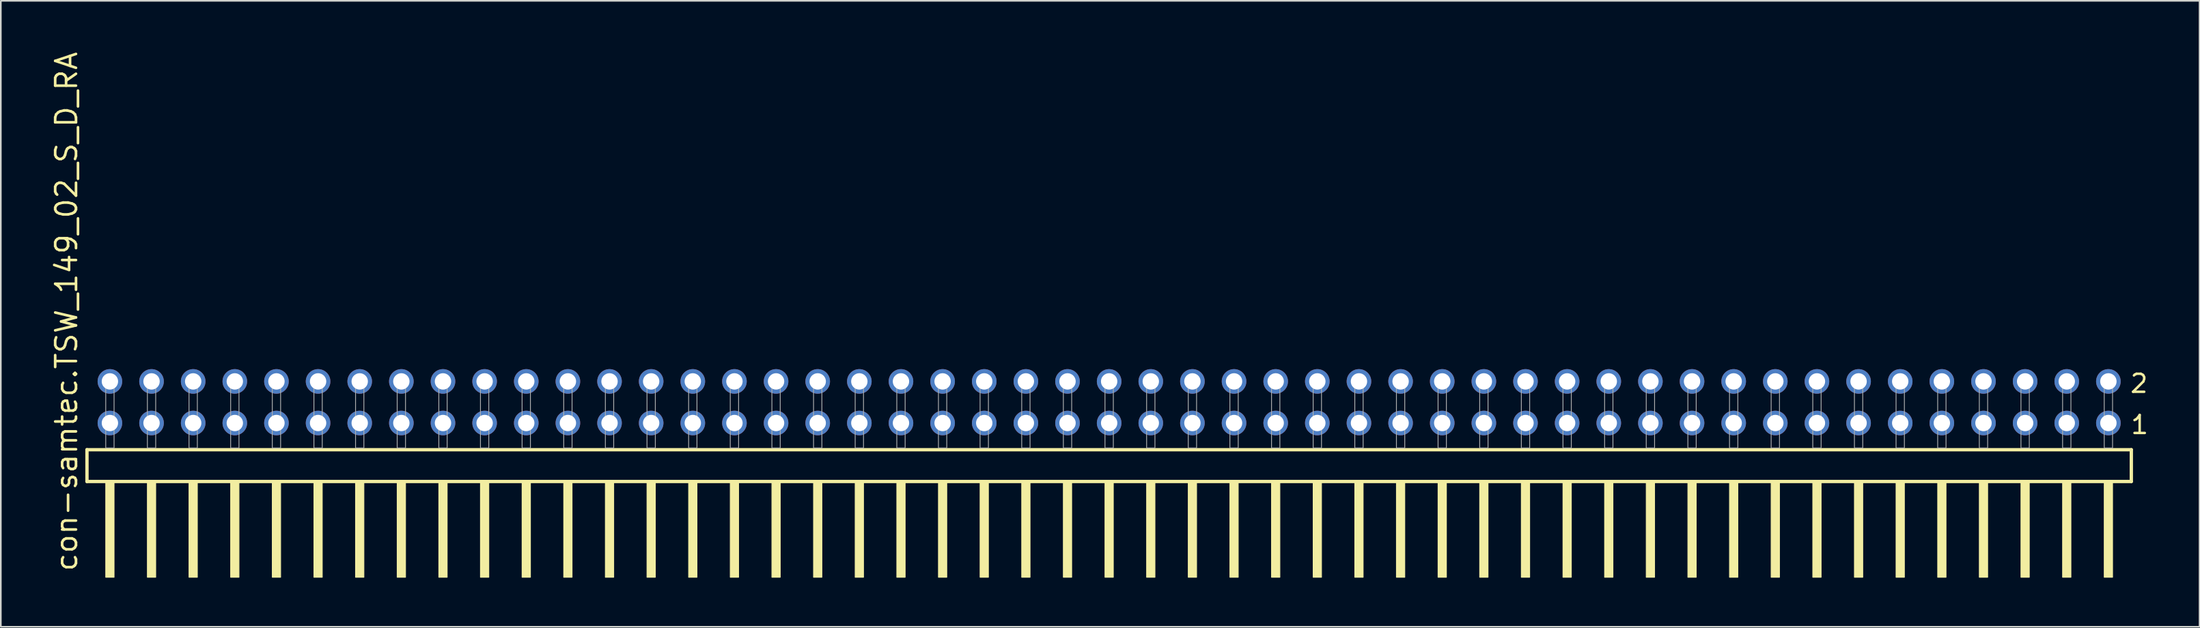
<source format=kicad_pcb>
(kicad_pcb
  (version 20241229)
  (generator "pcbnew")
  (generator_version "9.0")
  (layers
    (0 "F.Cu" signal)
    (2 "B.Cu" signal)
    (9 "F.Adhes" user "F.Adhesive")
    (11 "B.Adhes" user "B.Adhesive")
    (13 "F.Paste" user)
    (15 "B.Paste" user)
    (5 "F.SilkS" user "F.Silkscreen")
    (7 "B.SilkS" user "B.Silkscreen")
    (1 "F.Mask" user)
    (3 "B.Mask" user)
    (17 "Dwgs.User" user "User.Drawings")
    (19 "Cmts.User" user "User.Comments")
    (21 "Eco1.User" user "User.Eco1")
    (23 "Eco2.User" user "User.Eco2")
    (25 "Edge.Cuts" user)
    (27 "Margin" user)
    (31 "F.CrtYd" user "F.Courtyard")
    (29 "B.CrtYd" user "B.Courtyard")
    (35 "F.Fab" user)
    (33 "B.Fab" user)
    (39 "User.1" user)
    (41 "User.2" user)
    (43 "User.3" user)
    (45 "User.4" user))
  (footprint "con-samtec.TSW_149_02_S_D_RA"
    (layer "F.Cu")
    (at 64.615 24.296)
    (property "Reference" "con-samtec.TSW_149_02_S_D_RA" (at -62.865 7.62 90) (layer "F.SilkS") (effects (font (size 1.27 1.27) (thickness 0.16)) (justify left bottom)))
    (attr through_hole)
    (fp_line (start -62.359 0.106) (end -62.359 2.046) (stroke (width 0.203) (type default)) (layer "F.SilkS"))
    (fp_line (start -62.359 2.046) (end 62.359 2.046) (stroke (width 0.203) (type default)) (layer "F.SilkS"))
    (fp_line (start 62.359 0.106) (end -62.359 0.106) (stroke (width 0.203) (type default)) (layer "F.SilkS"))
    (fp_line (start 62.359 2.046) (end 62.359 0.106) (stroke (width 0.203) (type default)) (layer "F.SilkS"))
    (fp_rect (start -61.214 7.89) (end -60.706 2.04) (stroke (width 0.05) (type default)) (fill yes) (layer "F.SilkS"))
    (fp_rect (start -58.674 7.89) (end -58.166 2.04) (stroke (width 0.05) (type default)) (fill yes) (layer "F.SilkS"))
    (fp_rect (start -56.134 7.89) (end -55.626 2.04) (stroke (width 0.05) (type default)) (fill yes) (layer "F.SilkS"))
    (fp_rect (start -53.594 7.89) (end -53.086 2.04) (stroke (width 0.05) (type default)) (fill yes) (layer "F.SilkS"))
    (fp_rect (start -51.054 7.89) (end -50.546 2.04) (stroke (width 0.05) (type default)) (fill yes) (layer "F.SilkS"))
    (fp_rect (start -48.514 7.89) (end -48.006 2.04) (stroke (width 0.05) (type default)) (fill yes) (layer "F.SilkS"))
    (fp_rect (start -45.974 7.89) (end -45.466 2.04) (stroke (width 0.05) (type default)) (fill yes) (layer "F.SilkS"))
    (fp_rect (start -43.434 7.89) (end -42.926 2.04) (stroke (width 0.05) (type default)) (fill yes) (layer "F.SilkS"))
    (fp_rect (start -40.894 7.89) (end -40.386 2.04) (stroke (width 0.05) (type default)) (fill yes) (layer "F.SilkS"))
    (fp_rect (start -38.354 7.89) (end -37.846 2.04) (stroke (width 0.05) (type default)) (fill yes) (layer "F.SilkS"))
    (fp_rect (start -35.814 7.89) (end -35.306 2.04) (stroke (width 0.05) (type default)) (fill yes) (layer "F.SilkS"))
    (fp_rect (start -33.274 7.89) (end -32.766 2.04) (stroke (width 0.05) (type default)) (fill yes) (layer "F.SilkS"))
    (fp_rect (start -30.734 7.89) (end -30.226 2.04) (stroke (width 0.05) (type default)) (fill yes) (layer "F.SilkS"))
    (fp_rect (start -28.194 7.89) (end -27.686 2.04) (stroke (width 0.05) (type default)) (fill yes) (layer "F.SilkS"))
    (fp_rect (start -25.654 7.89) (end -25.146 2.04) (stroke (width 0.05) (type default)) (fill yes) (layer "F.SilkS"))
    (fp_rect (start -23.114 7.89) (end -22.606 2.04) (stroke (width 0.05) (type default)) (fill yes) (layer "F.SilkS"))
    (fp_rect (start -20.574 7.89) (end -20.066 2.04) (stroke (width 0.05) (type default)) (fill yes) (layer "F.SilkS"))
    (fp_rect (start -18.034 7.89) (end -17.526 2.04) (stroke (width 0.05) (type default)) (fill yes) (layer "F.SilkS"))
    (fp_rect (start -15.494 7.89) (end -14.986 2.04) (stroke (width 0.05) (type default)) (fill yes) (layer "F.SilkS"))
    (fp_rect (start -12.954 7.89) (end -12.446 2.04) (stroke (width 0.05) (type default)) (fill yes) (layer "F.SilkS"))
    (fp_rect (start -10.414 7.89) (end -9.906 2.04) (stroke (width 0.05) (type default)) (fill yes) (layer "F.SilkS"))
    (fp_rect (start -7.874 7.89) (end -7.366 2.04) (stroke (width 0.05) (type default)) (fill yes) (layer "F.SilkS"))
    (fp_rect (start -5.334 7.89) (end -4.826 2.04) (stroke (width 0.05) (type default)) (fill yes) (layer "F.SilkS"))
    (fp_rect (start -2.794 7.89) (end -2.286 2.04) (stroke (width 0.05) (type default)) (fill yes) (layer "F.SilkS"))
    (fp_rect (start -0.254 7.89) (end 0.254 2.04) (stroke (width 0.05) (type default)) (fill yes) (layer "F.SilkS"))
    (fp_rect (start 2.286 7.89) (end 2.794 2.04) (stroke (width 0.05) (type default)) (fill yes) (layer "F.SilkS"))
    (fp_rect (start 4.826 7.89) (end 5.334 2.04) (stroke (width 0.05) (type default)) (fill yes) (layer "F.SilkS"))
    (fp_rect (start 7.366 7.89) (end 7.874 2.04) (stroke (width 0.05) (type default)) (fill yes) (layer "F.SilkS"))
    (fp_rect (start 9.906 7.89) (end 10.414 2.04) (stroke (width 0.05) (type default)) (fill yes) (layer "F.SilkS"))
    (fp_rect (start 12.446 7.89) (end 12.954 2.04) (stroke (width 0.05) (type default)) (fill yes) (layer "F.SilkS"))
    (fp_rect (start 14.986 7.89) (end 15.494 2.04) (stroke (width 0.05) (type default)) (fill yes) (layer "F.SilkS"))
    (fp_rect (start 17.526 7.89) (end 18.034 2.04) (stroke (width 0.05) (type default)) (fill yes) (layer "F.SilkS"))
    (fp_rect (start 20.066 7.89) (end 20.574 2.04) (stroke (width 0.05) (type default)) (fill yes) (layer "F.SilkS"))
    (fp_rect (start 22.606 7.89) (end 23.114 2.04) (stroke (width 0.05) (type default)) (fill yes) (layer "F.SilkS"))
    (fp_rect (start 25.146 7.89) (end 25.654 2.04) (stroke (width 0.05) (type default)) (fill yes) (layer "F.SilkS"))
    (fp_rect (start 27.686 7.89) (end 28.194 2.04) (stroke (width 0.05) (type default)) (fill yes) (layer "F.SilkS"))
    (fp_rect (start 30.226 7.89) (end 30.734 2.04) (stroke (width 0.05) (type default)) (fill yes) (layer "F.SilkS"))
    (fp_rect (start 32.766 7.89) (end 33.274 2.04) (stroke (width 0.05) (type default)) (fill yes) (layer "F.SilkS"))
    (fp_rect (start 35.306 7.89) (end 35.814 2.04) (stroke (width 0.05) (type default)) (fill yes) (layer "F.SilkS"))
    (fp_rect (start 37.846 7.89) (end 38.354 2.04) (stroke (width 0.05) (type default)) (fill yes) (layer "F.SilkS"))
    (fp_rect (start 40.386 7.89) (end 40.894 2.04) (stroke (width 0.05) (type default)) (fill yes) (layer "F.SilkS"))
    (fp_rect (start 42.926 7.89) (end 43.434 2.04) (stroke (width 0.05) (type default)) (fill yes) (layer "F.SilkS"))
    (fp_rect (start 45.466 7.89) (end 45.974 2.04) (stroke (width 0.05) (type default)) (fill yes) (layer "F.SilkS"))
    (fp_rect (start 48.006 7.89) (end 48.514 2.04) (stroke (width 0.05) (type default)) (fill yes) (layer "F.SilkS"))
    (fp_rect (start 50.546 7.89) (end 51.054 2.04) (stroke (width 0.05) (type default)) (fill yes) (layer "F.SilkS"))
    (fp_rect (start 53.086 7.89) (end 53.594 2.04) (stroke (width 0.05) (type default)) (fill yes) (layer "F.SilkS"))
    (fp_rect (start 55.626 7.89) (end 56.134 2.04) (stroke (width 0.05) (type default)) (fill yes) (layer "F.SilkS"))
    (fp_rect (start 58.166 7.89) (end 58.674 2.04) (stroke (width 0.05) (type default)) (fill yes) (layer "F.SilkS"))
    (fp_rect (start 60.706 7.89) (end 61.214 2.04) (stroke (width 0.05) (type default)) (fill yes) (layer "F.SilkS"))
    (fp_rect (start -61.214 0) (end -60.706 -4.318) (stroke (width 0.05) (type default)) (fill no) (layer "F.Fab"))
    (fp_rect (start -58.674 0) (end -58.166 -4.318) (stroke (width 0.05) (type default)) (fill no) (layer "F.Fab"))
    (fp_rect (start -56.134 0) (end -55.626 -4.318) (stroke (width 0.05) (type default)) (fill no) (layer "F.Fab"))
    (fp_rect (start -53.594 0) (end -53.086 -4.318) (stroke (width 0.05) (type default)) (fill no) (layer "F.Fab"))
    (fp_rect (start -51.054 0) (end -50.546 -4.318) (stroke (width 0.05) (type default)) (fill no) (layer "F.Fab"))
    (fp_rect (start -48.514 0) (end -48.006 -4.318) (stroke (width 0.05) (type default)) (fill no) (layer "F.Fab"))
    (fp_rect (start -45.974 0) (end -45.466 -4.318) (stroke (width 0.05) (type default)) (fill no) (layer "F.Fab"))
    (fp_rect (start -43.434 0) (end -42.926 -4.318) (stroke (width 0.05) (type default)) (fill no) (layer "F.Fab"))
    (fp_rect (start -40.894 0) (end -40.386 -4.318) (stroke (width 0.05) (type default)) (fill no) (layer "F.Fab"))
    (fp_rect (start -38.354 0) (end -37.846 -4.318) (stroke (width 0.05) (type default)) (fill no) (layer "F.Fab"))
    (fp_rect (start -35.814 0) (end -35.306 -4.318) (stroke (width 0.05) (type default)) (fill no) (layer "F.Fab"))
    (fp_rect (start -33.274 0) (end -32.766 -4.318) (stroke (width 0.05) (type default)) (fill no) (layer "F.Fab"))
    (fp_rect (start -30.734 0) (end -30.226 -4.318) (stroke (width 0.05) (type default)) (fill no) (layer "F.Fab"))
    (fp_rect (start -28.194 0) (end -27.686 -4.318) (stroke (width 0.05) (type default)) (fill no) (layer "F.Fab"))
    (fp_rect (start -25.654 0) (end -25.146 -4.318) (stroke (width 0.05) (type default)) (fill no) (layer "F.Fab"))
    (fp_rect (start -23.114 0) (end -22.606 -4.318) (stroke (width 0.05) (type default)) (fill no) (layer "F.Fab"))
    (fp_rect (start -20.574 0) (end -20.066 -4.318) (stroke (width 0.05) (type default)) (fill no) (layer "F.Fab"))
    (fp_rect (start -18.034 0) (end -17.526 -4.318) (stroke (width 0.05) (type default)) (fill no) (layer "F.Fab"))
    (fp_rect (start -15.494 0) (end -14.986 -4.318) (stroke (width 0.05) (type default)) (fill no) (layer "F.Fab"))
    (fp_rect (start -12.954 0) (end -12.446 -4.318) (stroke (width 0.05) (type default)) (fill no) (layer "F.Fab"))
    (fp_rect (start -10.414 0) (end -9.906 -4.318) (stroke (width 0.05) (type default)) (fill no) (layer "F.Fab"))
    (fp_rect (start -7.874 0) (end -7.366 -4.318) (stroke (width 0.05) (type default)) (fill no) (layer "F.Fab"))
    (fp_rect (start -5.334 0) (end -4.826 -4.318) (stroke (width 0.05) (type default)) (fill no) (layer "F.Fab"))
    (fp_rect (start -2.794 0) (end -2.286 -4.318) (stroke (width 0.05) (type default)) (fill no) (layer "F.Fab"))
    (fp_rect (start -0.254 0) (end 0.254 -4.318) (stroke (width 0.05) (type default)) (fill no) (layer "F.Fab"))
    (fp_rect (start 2.286 0) (end 2.794 -4.318) (stroke (width 0.05) (type default)) (fill no) (layer "F.Fab"))
    (fp_rect (start 4.826 0) (end 5.334 -4.318) (stroke (width 0.05) (type default)) (fill no) (layer "F.Fab"))
    (fp_rect (start 7.366 0) (end 7.874 -4.318) (stroke (width 0.05) (type default)) (fill no) (layer "F.Fab"))
    (fp_rect (start 9.906 0) (end 10.414 -4.318) (stroke (width 0.05) (type default)) (fill no) (layer "F.Fab"))
    (fp_rect (start 12.446 0) (end 12.954 -4.318) (stroke (width 0.05) (type default)) (fill no) (layer "F.Fab"))
    (fp_rect (start 14.986 0) (end 15.494 -4.318) (stroke (width 0.05) (type default)) (fill no) (layer "F.Fab"))
    (fp_rect (start 17.526 0) (end 18.034 -4.318) (stroke (width 0.05) (type default)) (fill no) (layer "F.Fab"))
    (fp_rect (start 20.066 0) (end 20.574 -4.318) (stroke (width 0.05) (type default)) (fill no) (layer "F.Fab"))
    (fp_rect (start 22.606 0) (end 23.114 -4.318) (stroke (width 0.05) (type default)) (fill no) (layer "F.Fab"))
    (fp_rect (start 25.146 0) (end 25.654 -4.318) (stroke (width 0.05) (type default)) (fill no) (layer "F.Fab"))
    (fp_rect (start 27.686 0) (end 28.194 -4.318) (stroke (width 0.05) (type default)) (fill no) (layer "F.Fab"))
    (fp_rect (start 30.226 0) (end 30.734 -4.318) (stroke (width 0.05) (type default)) (fill no) (layer "F.Fab"))
    (fp_rect (start 32.766 0) (end 33.274 -4.318) (stroke (width 0.05) (type default)) (fill no) (layer "F.Fab"))
    (fp_rect (start 35.306 0) (end 35.814 -4.318) (stroke (width 0.05) (type default)) (fill no) (layer "F.Fab"))
    (fp_rect (start 37.846 0) (end 38.354 -4.318) (stroke (width 0.05) (type default)) (fill no) (layer "F.Fab"))
    (fp_rect (start 40.386 0) (end 40.894 -4.318) (stroke (width 0.05) (type default)) (fill no) (layer "F.Fab"))
    (fp_rect (start 42.926 0) (end 43.434 -4.318) (stroke (width 0.05) (type default)) (fill no) (layer "F.Fab"))
    (fp_rect (start 45.466 0) (end 45.974 -4.318) (stroke (width 0.05) (type default)) (fill no) (layer "F.Fab"))
    (fp_rect (start 48.006 0) (end 48.514 -4.318) (stroke (width 0.05) (type default)) (fill no) (layer "F.Fab"))
    (fp_rect (start 50.546 0) (end 51.054 -4.318) (stroke (width 0.05) (type default)) (fill no) (layer "F.Fab"))
    (fp_rect (start 53.086 0) (end 53.594 -4.318) (stroke (width 0.05) (type default)) (fill no) (layer "F.Fab"))
    (fp_rect (start 55.626 0) (end 56.134 -4.318) (stroke (width 0.05) (type default)) (fill no) (layer "F.Fab"))
    (fp_rect (start 58.166 0) (end 58.674 -4.318) (stroke (width 0.05) (type default)) (fill no) (layer "F.Fab"))
    (fp_rect (start 60.706 0) (end 61.214 -4.318) (stroke (width 0.05) (type default)) (fill no) (layer "F.Fab"))
    (fp_text user "1" (at 62.245 -0.775 0) (layer "F.SilkS") (effects (font (size 1.1 1.1) (thickness 0.15)) (justify left bottom)))
    (fp_text user "2" (at 62.21 -3.29 0) (layer "F.SilkS") (effects (font (size 1.1 1.1) (thickness 0.15)) (justify left bottom)))
    (pad "1" thru_hole circle (at 60.96 -1.524 180) (size 1.5 1.5) (drill 1) (layers "*.Cu" "*.Mask"))
    (pad "2" thru_hole circle (at 60.96 -4.064 180) (size 1.5 1.5) (drill 1) (layers "*.Cu" "*.Mask"))
    (pad "3" thru_hole circle (at 58.42 -1.524 180) (size 1.5 1.5) (drill 1) (layers "*.Cu" "*.Mask"))
    (pad "4" thru_hole circle (at 58.42 -4.064 180) (size 1.5 1.5) (drill 1) (layers "*.Cu" "*.Mask"))
    (pad "5" thru_hole circle (at 55.88 -1.524 180) (size 1.5 1.5) (drill 1) (layers "*.Cu" "*.Mask"))
    (pad "6" thru_hole circle (at 55.88 -4.064 180) (size 1.5 1.5) (drill 1) (layers "*.Cu" "*.Mask"))
    (pad "7" thru_hole circle (at 53.34 -1.524 180) (size 1.5 1.5) (drill 1) (layers "*.Cu" "*.Mask"))
    (pad "8" thru_hole circle (at 53.34 -4.064 180) (size 1.5 1.5) (drill 1) (layers "*.Cu" "*.Mask"))
    (pad "9" thru_hole circle (at 50.8 -1.524 180) (size 1.5 1.5) (drill 1) (layers "*.Cu" "*.Mask"))
    (pad "10" thru_hole circle (at 50.8 -4.064 180) (size 1.5 1.5) (drill 1) (layers "*.Cu" "*.Mask"))
    (pad "11" thru_hole circle (at 48.26 -1.524 180) (size 1.5 1.5) (drill 1) (layers "*.Cu" "*.Mask"))
    (pad "12" thru_hole circle (at 48.26 -4.064 180) (size 1.5 1.5) (drill 1) (layers "*.Cu" "*.Mask"))
    (pad "13" thru_hole circle (at 45.72 -1.524 180) (size 1.5 1.5) (drill 1) (layers "*.Cu" "*.Mask"))
    (pad "14" thru_hole circle (at 45.72 -4.064 180) (size 1.5 1.5) (drill 1) (layers "*.Cu" "*.Mask"))
    (pad "15" thru_hole circle (at 43.18 -1.524 180) (size 1.5 1.5) (drill 1) (layers "*.Cu" "*.Mask"))
    (pad "16" thru_hole circle (at 43.18 -4.064 180) (size 1.5 1.5) (drill 1) (layers "*.Cu" "*.Mask"))
    (pad "17" thru_hole circle (at 40.64 -1.524 180) (size 1.5 1.5) (drill 1) (layers "*.Cu" "*.Mask"))
    (pad "18" thru_hole circle (at 40.64 -4.064 180) (size 1.5 1.5) (drill 1) (layers "*.Cu" "*.Mask"))
    (pad "19" thru_hole circle (at 38.1 -1.524 180) (size 1.5 1.5) (drill 1) (layers "*.Cu" "*.Mask"))
    (pad "20" thru_hole circle (at 38.1 -4.064 180) (size 1.5 1.5) (drill 1) (layers "*.Cu" "*.Mask"))
    (pad "21" thru_hole circle (at 35.56 -1.524 180) (size 1.5 1.5) (drill 1) (layers "*.Cu" "*.Mask"))
    (pad "22" thru_hole circle (at 35.56 -4.064 180) (size 1.5 1.5) (drill 1) (layers "*.Cu" "*.Mask"))
    (pad "23" thru_hole circle (at 33.02 -1.524 180) (size 1.5 1.5) (drill 1) (layers "*.Cu" "*.Mask"))
    (pad "24" thru_hole circle (at 33.02 -4.064 180) (size 1.5 1.5) (drill 1) (layers "*.Cu" "*.Mask"))
    (pad "25" thru_hole circle (at 30.48 -1.524 180) (size 1.5 1.5) (drill 1) (layers "*.Cu" "*.Mask"))
    (pad "26" thru_hole circle (at 30.48 -4.064 180) (size 1.5 1.5) (drill 1) (layers "*.Cu" "*.Mask"))
    (pad "27" thru_hole circle (at 27.94 -1.524 180) (size 1.5 1.5) (drill 1) (layers "*.Cu" "*.Mask"))
    (pad "28" thru_hole circle (at 27.94 -4.064 180) (size 1.5 1.5) (drill 1) (layers "*.Cu" "*.Mask"))
    (pad "29" thru_hole circle (at 25.4 -1.524 180) (size 1.5 1.5) (drill 1) (layers "*.Cu" "*.Mask"))
    (pad "30" thru_hole circle (at 25.4 -4.064 180) (size 1.5 1.5) (drill 1) (layers "*.Cu" "*.Mask"))
    (pad "31" thru_hole circle (at 22.86 -1.524 180) (size 1.5 1.5) (drill 1) (layers "*.Cu" "*.Mask"))
    (pad "32" thru_hole circle (at 22.86 -4.064 180) (size 1.5 1.5) (drill 1) (layers "*.Cu" "*.Mask"))
    (pad "33" thru_hole circle (at 20.32 -1.524 180) (size 1.5 1.5) (drill 1) (layers "*.Cu" "*.Mask"))
    (pad "34" thru_hole circle (at 20.32 -4.064 180) (size 1.5 1.5) (drill 1) (layers "*.Cu" "*.Mask"))
    (pad "35" thru_hole circle (at 17.78 -1.524 180) (size 1.5 1.5) (drill 1) (layers "*.Cu" "*.Mask"))
    (pad "36" thru_hole circle (at 17.78 -4.064 180) (size 1.5 1.5) (drill 1) (layers "*.Cu" "*.Mask"))
    (pad "37" thru_hole circle (at 15.24 -1.524 180) (size 1.5 1.5) (drill 1) (layers "*.Cu" "*.Mask"))
    (pad "38" thru_hole circle (at 15.24 -4.064 180) (size 1.5 1.5) (drill 1) (layers "*.Cu" "*.Mask"))
    (pad "39" thru_hole circle (at 12.7 -1.524 180) (size 1.5 1.5) (drill 1) (layers "*.Cu" "*.Mask"))
    (pad "40" thru_hole circle (at 12.7 -4.064 180) (size 1.5 1.5) (drill 1) (layers "*.Cu" "*.Mask"))
    (pad "41" thru_hole circle (at 10.16 -1.524 180) (size 1.5 1.5) (drill 1) (layers "*.Cu" "*.Mask"))
    (pad "42" thru_hole circle (at 10.16 -4.064 180) (size 1.5 1.5) (drill 1) (layers "*.Cu" "*.Mask"))
    (pad "43" thru_hole circle (at 7.62 -1.524 180) (size 1.5 1.5) (drill 1) (layers "*.Cu" "*.Mask"))
    (pad "44" thru_hole circle (at 7.62 -4.064 180) (size 1.5 1.5) (drill 1) (layers "*.Cu" "*.Mask"))
    (pad "45" thru_hole circle (at 5.08 -1.524 180) (size 1.5 1.5) (drill 1) (layers "*.Cu" "*.Mask"))
    (pad "46" thru_hole circle (at 5.08 -4.064 180) (size 1.5 1.5) (drill 1) (layers "*.Cu" "*.Mask"))
    (pad "47" thru_hole circle (at 2.54 -1.524 180) (size 1.5 1.5) (drill 1) (layers "*.Cu" "*.Mask"))
    (pad "48" thru_hole circle (at 2.54 -4.064 180) (size 1.5 1.5) (drill 1) (layers "*.Cu" "*.Mask"))
    (pad "49" thru_hole circle (at 0 -1.524 180) (size 1.5 1.5) (drill 1) (layers "*.Cu" "*.Mask"))
    (pad "50" thru_hole circle (at 0 -4.064 180) (size 1.5 1.5) (drill 1) (layers "*.Cu" "*.Mask"))
    (pad "51" thru_hole circle (at -2.54 -1.524 180) (size 1.5 1.5) (drill 1) (layers "*.Cu" "*.Mask"))
    (pad "52" thru_hole circle (at -2.54 -4.064 180) (size 1.5 1.5) (drill 1) (layers "*.Cu" "*.Mask"))
    (pad "53" thru_hole circle (at -5.08 -1.524 180) (size 1.5 1.5) (drill 1) (layers "*.Cu" "*.Mask"))
    (pad "54" thru_hole circle (at -5.08 -4.064 180) (size 1.5 1.5) (drill 1) (layers "*.Cu" "*.Mask"))
    (pad "55" thru_hole circle (at -7.62 -1.524 180) (size 1.5 1.5) (drill 1) (layers "*.Cu" "*.Mask"))
    (pad "56" thru_hole circle (at -7.62 -4.064 180) (size 1.5 1.5) (drill 1) (layers "*.Cu" "*.Mask"))
    (pad "57" thru_hole circle (at -10.16 -1.524 180) (size 1.5 1.5) (drill 1) (layers "*.Cu" "*.Mask"))
    (pad "58" thru_hole circle (at -10.16 -4.064 180) (size 1.5 1.5) (drill 1) (layers "*.Cu" "*.Mask"))
    (pad "59" thru_hole circle (at -12.7 -1.524 180) (size 1.5 1.5) (drill 1) (layers "*.Cu" "*.Mask"))
    (pad "60" thru_hole circle (at -12.7 -4.064 180) (size 1.5 1.5) (drill 1) (layers "*.Cu" "*.Mask"))
    (pad "61" thru_hole circle (at -15.24 -1.524 180) (size 1.5 1.5) (drill 1) (layers "*.Cu" "*.Mask"))
    (pad "62" thru_hole circle (at -15.24 -4.064 180) (size 1.5 1.5) (drill 1) (layers "*.Cu" "*.Mask"))
    (pad "63" thru_hole circle (at -17.78 -1.524 180) (size 1.5 1.5) (drill 1) (layers "*.Cu" "*.Mask"))
    (pad "64" thru_hole circle (at -17.78 -4.064 180) (size 1.5 1.5) (drill 1) (layers "*.Cu" "*.Mask"))
    (pad "65" thru_hole circle (at -20.32 -1.524 180) (size 1.5 1.5) (drill 1) (layers "*.Cu" "*.Mask"))
    (pad "66" thru_hole circle (at -20.32 -4.064 180) (size 1.5 1.5) (drill 1) (layers "*.Cu" "*.Mask"))
    (pad "67" thru_hole circle (at -22.86 -1.524 180) (size 1.5 1.5) (drill 1) (layers "*.Cu" "*.Mask"))
    (pad "68" thru_hole circle (at -22.86 -4.064 180) (size 1.5 1.5) (drill 1) (layers "*.Cu" "*.Mask"))
    (pad "69" thru_hole circle (at -25.4 -1.524 180) (size 1.5 1.5) (drill 1) (layers "*.Cu" "*.Mask"))
    (pad "70" thru_hole circle (at -25.4 -4.064 180) (size 1.5 1.5) (drill 1) (layers "*.Cu" "*.Mask"))
    (pad "71" thru_hole circle (at -27.94 -1.524 180) (size 1.5 1.5) (drill 1) (layers "*.Cu" "*.Mask"))
    (pad "72" thru_hole circle (at -27.94 -4.064 180) (size 1.5 1.5) (drill 1) (layers "*.Cu" "*.Mask"))
    (pad "73" thru_hole circle (at -30.48 -1.524 180) (size 1.5 1.5) (drill 1) (layers "*.Cu" "*.Mask"))
    (pad "74" thru_hole circle (at -30.48 -4.064 180) (size 1.5 1.5) (drill 1) (layers "*.Cu" "*.Mask"))
    (pad "75" thru_hole circle (at -33.02 -1.524 180) (size 1.5 1.5) (drill 1) (layers "*.Cu" "*.Mask"))
    (pad "76" thru_hole circle (at -33.02 -4.064 180) (size 1.5 1.5) (drill 1) (layers "*.Cu" "*.Mask"))
    (pad "77" thru_hole circle (at -35.56 -1.524 180) (size 1.5 1.5) (drill 1) (layers "*.Cu" "*.Mask"))
    (pad "78" thru_hole circle (at -35.56 -4.064 180) (size 1.5 1.5) (drill 1) (layers "*.Cu" "*.Mask"))
    (pad "79" thru_hole circle (at -38.1 -1.524 180) (size 1.5 1.5) (drill 1) (layers "*.Cu" "*.Mask"))
    (pad "80" thru_hole circle (at -38.1 -4.064 180) (size 1.5 1.5) (drill 1) (layers "*.Cu" "*.Mask"))
    (pad "81" thru_hole circle (at -40.64 -1.524 180) (size 1.5 1.5) (drill 1) (layers "*.Cu" "*.Mask"))
    (pad "82" thru_hole circle (at -40.64 -4.064 180) (size 1.5 1.5) (drill 1) (layers "*.Cu" "*.Mask"))
    (pad "83" thru_hole circle (at -43.18 -1.524 180) (size 1.5 1.5) (drill 1) (layers "*.Cu" "*.Mask"))
    (pad "84" thru_hole circle (at -43.18 -4.064 180) (size 1.5 1.5) (drill 1) (layers "*.Cu" "*.Mask"))
    (pad "85" thru_hole circle (at -45.72 -1.524 180) (size 1.5 1.5) (drill 1) (layers "*.Cu" "*.Mask"))
    (pad "86" thru_hole circle (at -45.72 -4.064 180) (size 1.5 1.5) (drill 1) (layers "*.Cu" "*.Mask"))
    (pad "87" thru_hole circle (at -48.26 -1.524 180) (size 1.5 1.5) (drill 1) (layers "*.Cu" "*.Mask"))
    (pad "88" thru_hole circle (at -48.26 -4.064 180) (size 1.5 1.5) (drill 1) (layers "*.Cu" "*.Mask"))
    (pad "89" thru_hole circle (at -50.8 -1.524 180) (size 1.5 1.5) (drill 1) (layers "*.Cu" "*.Mask"))
    (pad "90" thru_hole circle (at -50.8 -4.064 180) (size 1.5 1.5) (drill 1) (layers "*.Cu" "*.Mask"))
    (pad "91" thru_hole circle (at -53.34 -1.524 180) (size 1.5 1.5) (drill 1) (layers "*.Cu" "*.Mask"))
    (pad "92" thru_hole circle (at -53.34 -4.064 180) (size 1.5 1.5) (drill 1) (layers "*.Cu" "*.Mask"))
    (pad "93" thru_hole circle (at -55.88 -1.524 180) (size 1.5 1.5) (drill 1) (layers "*.Cu" "*.Mask"))
    (pad "94" thru_hole circle (at -55.88 -4.064 180) (size 1.5 1.5) (drill 1) (layers "*.Cu" "*.Mask"))
    (pad "95" thru_hole circle (at -58.42 -1.524 180) (size 1.5 1.5) (drill 1) (layers "*.Cu" "*.Mask"))
    (pad "96" thru_hole circle (at -58.42 -4.064 180) (size 1.5 1.5) (drill 1) (layers "*.Cu" "*.Mask"))
    (pad "97" thru_hole circle (at -60.96 -1.524 180) (size 1.5 1.5) (drill 1) (layers "*.Cu" "*.Mask"))
    (pad "98" thru_hole circle (at -60.96 -4.064 180) (size 1.5 1.5) (drill 1) (layers "*.Cu" "*.Mask")))
  (gr_rect
    (start -3 -3)
    (end 131.138 35.211)
    (stroke (width 0.1) (type default))
    (fill no)
    (layer "Edge.Cuts")))
</source>
